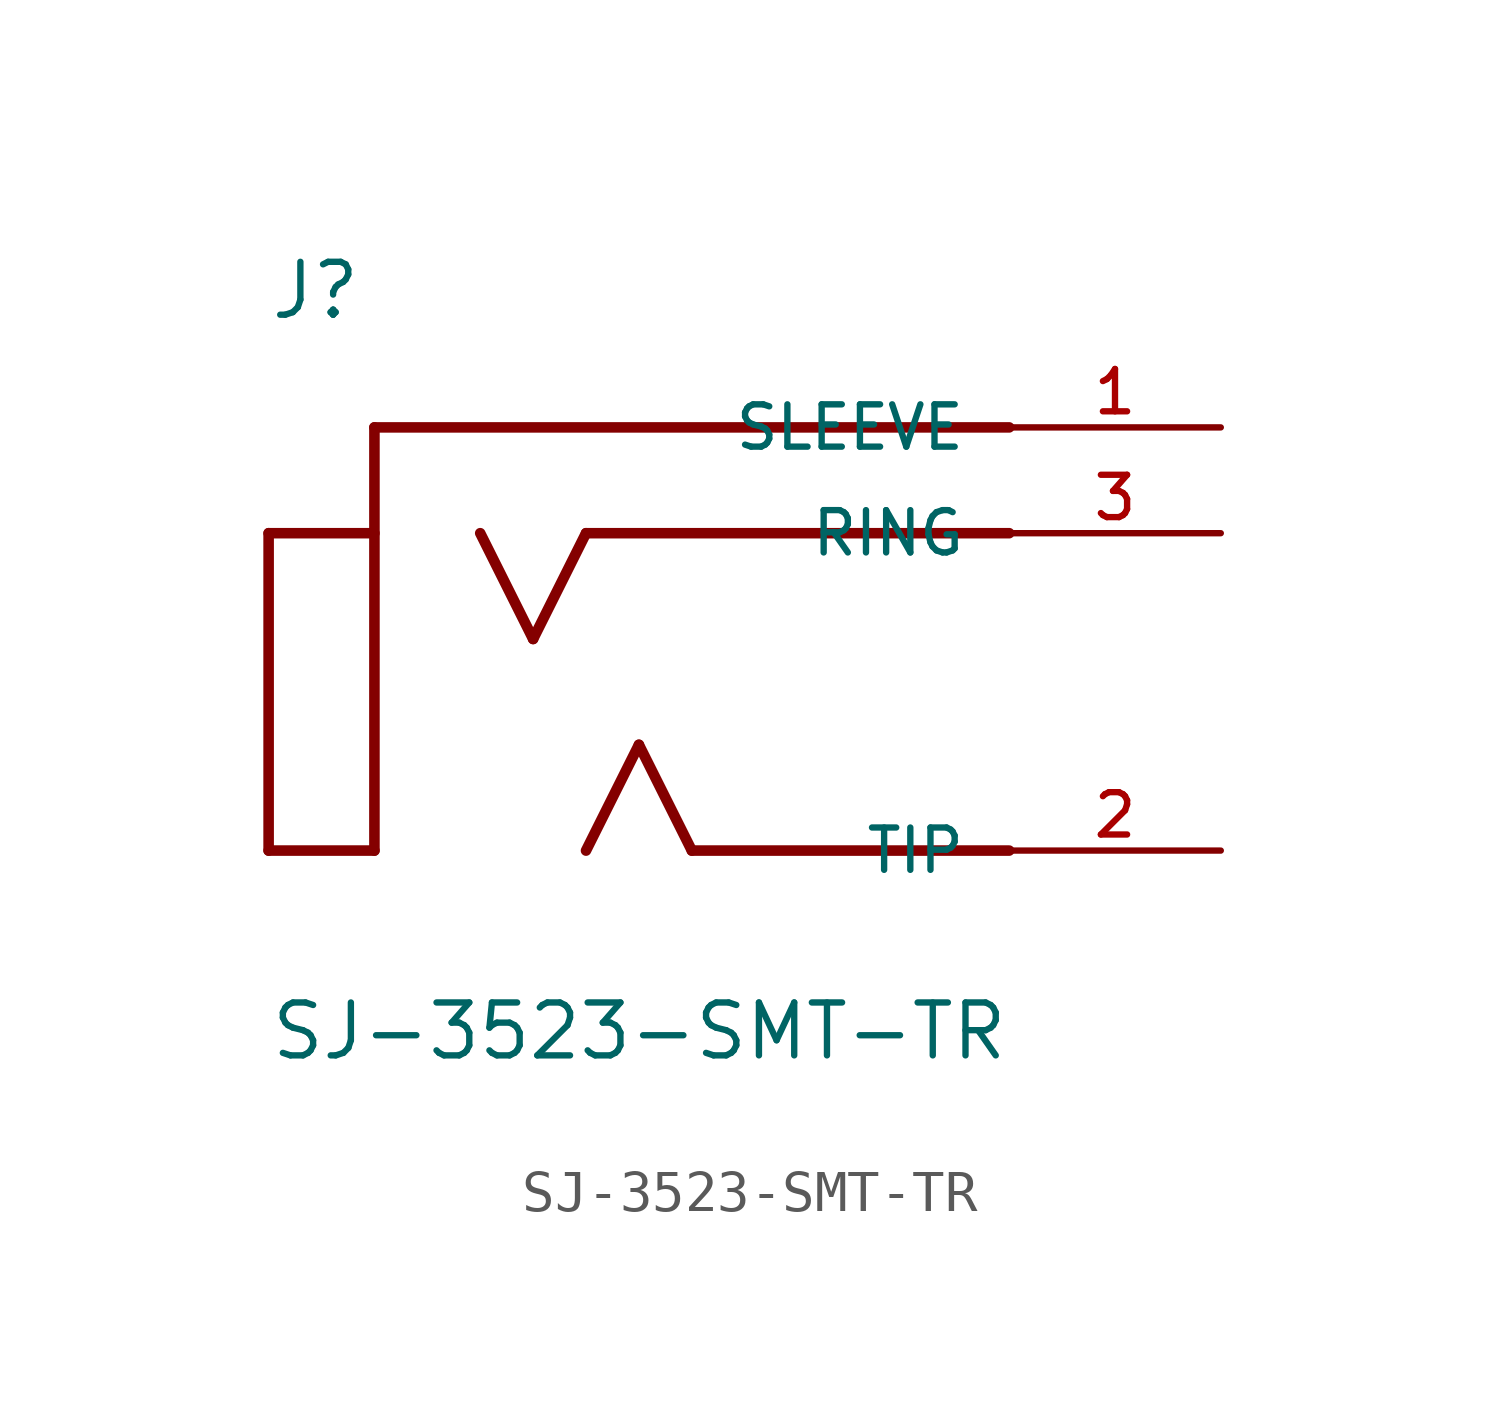
<source format=kicad_sym>
(kicad_symbol_lib
  (version 20211014)
  (generator kicad_symbol_editor)
  (symbol "SJ-3523-SMT-TR"
    (pin_names
      (offset 1.016))
    (property "Reference" "J"
      (at -12.703 7.622 0)
      (effects (font (size 1.27 1.27)) (justify bottom left)))
    (property "Value" "SJ-3523-SMT-TR"
      (at -12.7 -10.16 0)
      (effects (font (size 1.27 1.27)) (justify bottom left)))
    (symbol "SJ-3523-SMT-TR_0_0"
      (polyline (pts (xy -7.62 2.54) (xy -6.35 0.0)) (stroke (width 0.254)))
      (polyline (pts (xy -6.35 0.0) (xy -5.08 2.54)) (stroke (width 0.254)))
      (polyline (pts (xy -5.08 2.54) (xy 5.08 2.54)) (stroke (width 0.254)))
      (polyline (pts (xy -3.81 -2.54) (xy -5.08 -5.08)) (stroke (width 0.254)))
      (polyline (pts (xy -3.81 -2.54) (xy -2.54 -5.08)) (stroke (width 0.254)))
      (polyline (pts (xy -2.54 -5.08) (xy 5.08 -5.08)) (stroke (width 0.254)))
      (polyline (pts (xy -10.16 5.08) (xy -10.16 -5.08)) (stroke (width 0.254)))
      (polyline (pts (xy -10.16 5.08) (xy 5.08 5.08)) (stroke (width 0.254)))
      (polyline (pts (xy -10.16 2.54) (xy -12.7 2.54)) (stroke (width 0.254)))
      (polyline (pts (xy -12.7 2.54) (xy -12.7 -5.08)) (stroke (width 0.254)))
      (polyline (pts (xy -12.7 -5.08) (xy -10.16 -5.08)) (stroke (width 0.254)))
      (pin passive line (at 10.16 2.54 180.0) (length 5.08) (name "RING" (effects (font (size 1.016 1.016)))) (number "3" (effects (font (size 1.016 1.016)))))
      (pin passive line (at 10.16 -5.08 180.0) (length 5.08) (name "TIP" (effects (font (size 1.016 1.016)))) (number "2" (effects (font (size 1.016 1.016)))))
      (pin passive line (at 10.16 5.08 180.0) (length 5.08) (name "SLEEVE" (effects (font (size 1.016 1.016)))) (number "1" (effects (font (size 1.016 1.016))))))))
</source>
